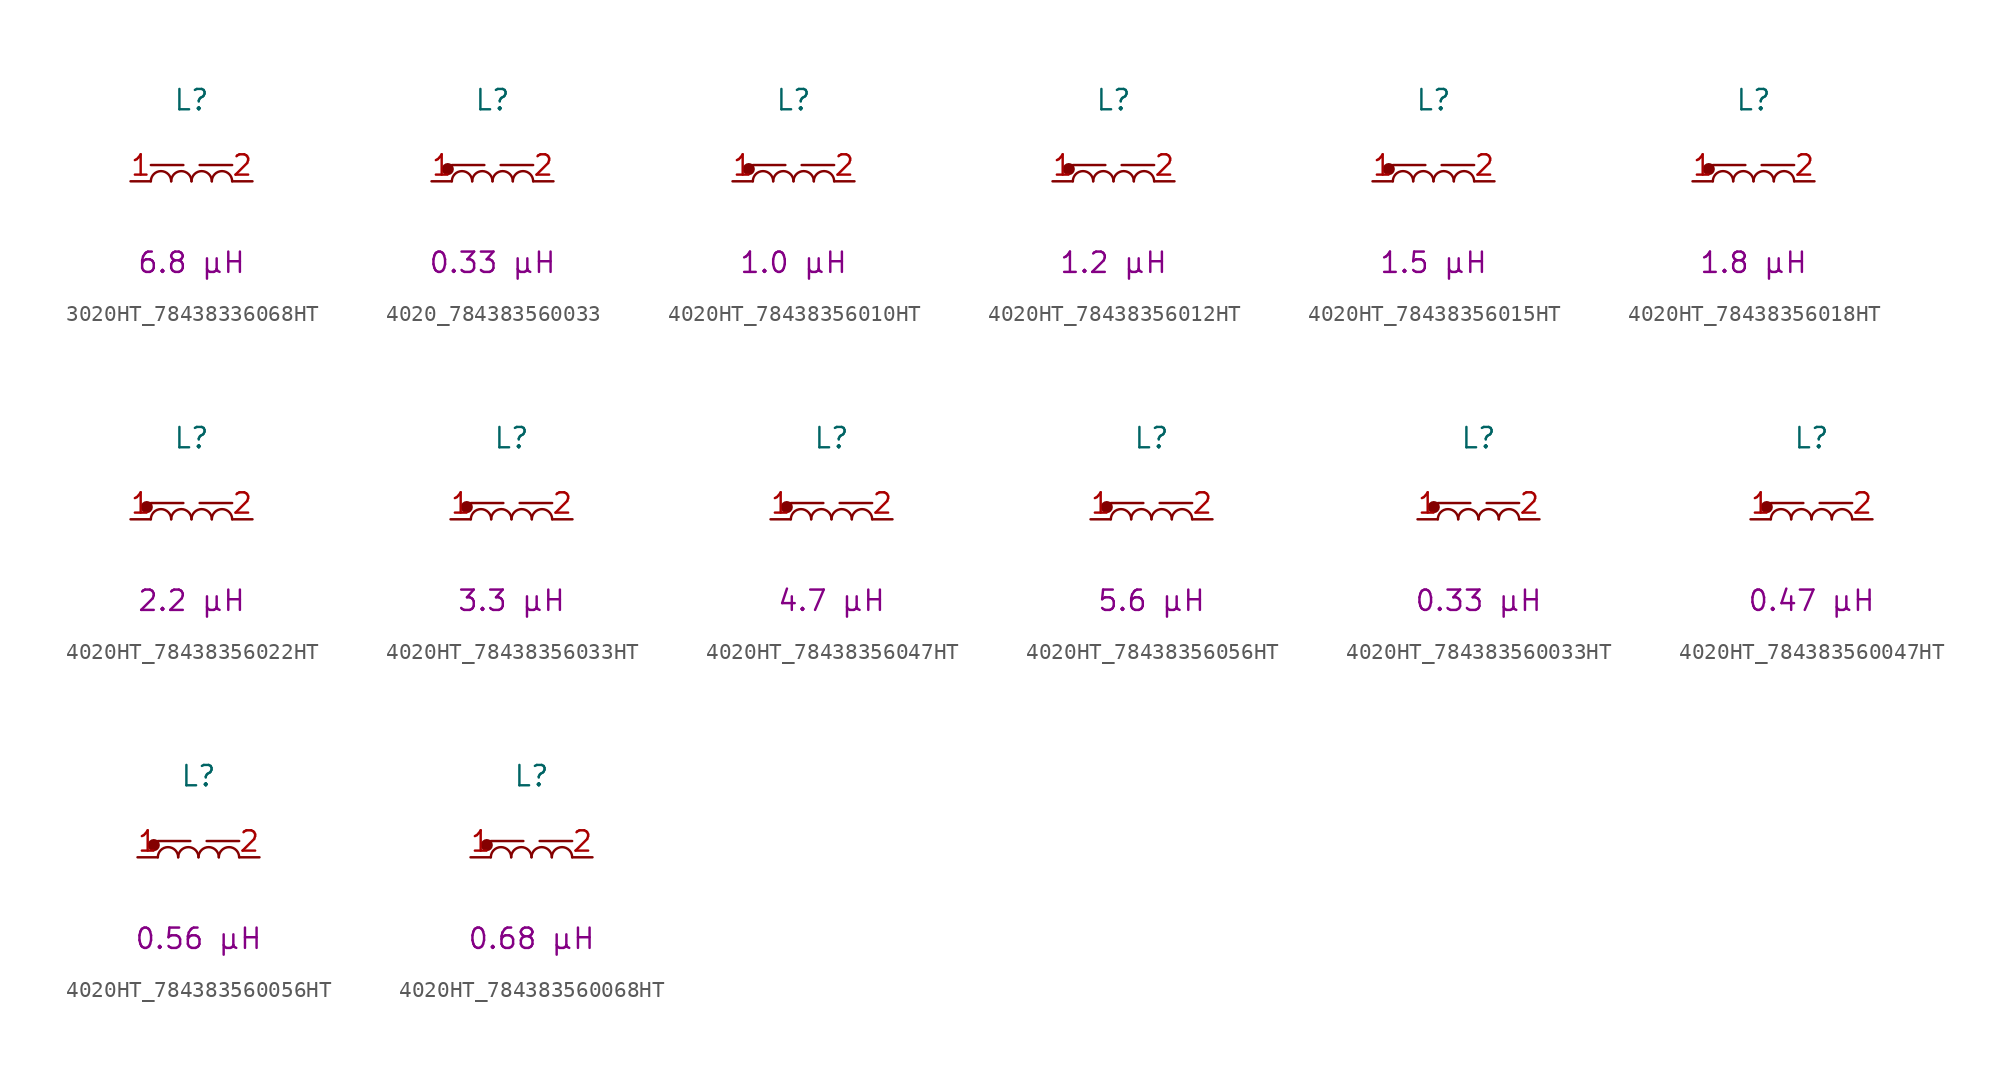
<source format=kicad_sym>
(kicad_symbol_lib
  (version 20220914)
  (generator kicad_symbol_editor)
  (symbol "3020HT_78438336068HT"
    (pin_names hide)
    (property "Reference" "L"
      (at 0 5.08 0)
      (effects (font (size 1.27 1.27))))
    (property "Critical Parameter" "6.8 µH"
      (at 0 -5.08 0)
      (effects (font (size 1.27 1.27))))
    (symbol "3020HT_78438336068HT_0_1"
      (arc (start -1.27 0) (mid -1.905 0.6323) (end -2.54 0) (stroke (width 0) (type default)) (fill (type none)))
      (arc (start 0 0) (mid -0.635 0.6323) (end -1.27 0) (stroke (width 0) (type default)) (fill (type none)))
      (polyline (pts (xy -2.54 1.016) (xy -0.508 1.016)) (stroke (width 0) (type default)) (fill (type none)))
      (arc (start 1.27 0) (mid 0.635 0.6323) (end 0 0) (stroke (width 0) (type default)) (fill (type none)))
      (arc (start 2.54 0) (mid 1.905 0.6323) (end 1.27 0) (stroke (width 0) (type default)) (fill (type none))))
    (symbol "3020HT_78438336068HT_1_1"
      (polyline (pts (xy 2.54 1.016) (xy 0.508 1.016)) (stroke (width 0) (type default)) (fill (type none)))
      (pin passive line (at -3.81 0 0) (length 1.27) (name "1" (effects (font (size 1.27 1.27)))) (number "1" (effects (font (size 1.27 1.27)))))
      (pin passive line (at 3.81 0 180) (length 1.27) (name "2" (effects (font (size 1.27 1.27)))) (number "2" (effects (font (size 1.27 1.27)))))))
  (symbol "4020_784383560033"
    (pin_names hide)
    (property "Reference" "L"
      (at 0 5.08 0)
      (effects (font (size 1.27 1.27))))
    (property "Critical Parameter" "0.33 µH"
      (at 0 -5.08 0)
      (effects (font (size 1.27 1.27))))
    (symbol "4020_784383560033_0_1"
      (arc (start -1.27 0) (mid -1.905 0.6323) (end -2.54 0) (stroke (width 0) (type default)) (fill (type none)))
      (arc (start 0 0) (mid -0.635 0.6323) (end -1.27 0) (stroke (width 0) (type default)) (fill (type none)))
      (polyline (pts (xy -2.54 1.016) (xy -0.508 1.016)) (stroke (width 0) (type default)) (fill (type none)))
      (arc (start 1.27 0) (mid 0.635 0.6323) (end 0 0) (stroke (width 0) (type default)) (fill (type none)))
      (arc (start 2.54 0) (mid 1.905 0.6323) (end 1.27 0) (stroke (width 0) (type default)) (fill (type none))))
    (symbol "4020_784383560033_1_1"
      (circle (center -2.794 0.762) (radius 0.0001) (stroke (width 0.381) (type default)) (fill (type none)))
      (polyline (pts (xy 2.54 1.016) (xy 0.508 1.016)) (stroke (width 0) (type default)) (fill (type none)))
      (pin passive line (at -3.81 0 0) (length 1.27) (name "1" (effects (font (size 1.27 1.27)))) (number "1" (effects (font (size 1.27 1.27)))))
      (pin passive line (at 3.81 0 180) (length 1.27) (name "2" (effects (font (size 1.27 1.27)))) (number "2" (effects (font (size 1.27 1.27)))))))
  (symbol "4020HT_78438356010HT"
    (pin_names hide)
    (property "Reference" "L"
      (at 0 5.08 0)
      (effects (font (size 1.27 1.27))))
    (property "Critical Parameter" "1.0 µH"
      (at 0 -5.08 0)
      (effects (font (size 1.27 1.27))))
    (symbol "4020HT_78438356010HT_0_1"
      (arc (start -1.27 0) (mid -1.905 0.6323) (end -2.54 0) (stroke (width 0) (type default)) (fill (type none)))
      (arc (start 0 0) (mid -0.635 0.6323) (end -1.27 0) (stroke (width 0) (type default)) (fill (type none)))
      (polyline (pts (xy -2.54 1.016) (xy -0.508 1.016)) (stroke (width 0) (type default)) (fill (type none)))
      (arc (start 1.27 0) (mid 0.635 0.6323) (end 0 0) (stroke (width 0) (type default)) (fill (type none)))
      (arc (start 2.54 0) (mid 1.905 0.6323) (end 1.27 0) (stroke (width 0) (type default)) (fill (type none))))
    (symbol "4020HT_78438356010HT_1_1"
      (circle (center -2.794 0.762) (radius 0.0001) (stroke (width 0.381) (type default)) (fill (type none)))
      (polyline (pts (xy 2.54 1.016) (xy 0.508 1.016)) (stroke (width 0) (type default)) (fill (type none)))
      (pin passive line (at -3.81 0 0) (length 1.27) (name "1" (effects (font (size 1.27 1.27)))) (number "1" (effects (font (size 1.27 1.27)))))
      (pin passive line (at 3.81 0 180) (length 1.27) (name "2" (effects (font (size 1.27 1.27)))) (number "2" (effects (font (size 1.27 1.27)))))))
  (symbol "4020HT_78438356012HT"
    (pin_names hide)
    (property "Reference" "L"
      (at 0 5.08 0)
      (effects (font (size 1.27 1.27))))
    (property "Critical Parameter" "1.2 µH"
      (at 0 -5.08 0)
      (effects (font (size 1.27 1.27))))
    (symbol "4020HT_78438356012HT_0_1"
      (arc (start -1.27 0) (mid -1.905 0.6323) (end -2.54 0) (stroke (width 0) (type default)) (fill (type none)))
      (arc (start 0 0) (mid -0.635 0.6323) (end -1.27 0) (stroke (width 0) (type default)) (fill (type none)))
      (polyline (pts (xy -2.54 1.016) (xy -0.508 1.016)) (stroke (width 0) (type default)) (fill (type none)))
      (arc (start 1.27 0) (mid 0.635 0.6323) (end 0 0) (stroke (width 0) (type default)) (fill (type none)))
      (arc (start 2.54 0) (mid 1.905 0.6323) (end 1.27 0) (stroke (width 0) (type default)) (fill (type none))))
    (symbol "4020HT_78438356012HT_1_1"
      (circle (center -2.794 0.762) (radius 0.0001) (stroke (width 0.381) (type default)) (fill (type none)))
      (polyline (pts (xy 2.54 1.016) (xy 0.508 1.016)) (stroke (width 0) (type default)) (fill (type none)))
      (pin passive line (at -3.81 0 0) (length 1.27) (name "1" (effects (font (size 1.27 1.27)))) (number "1" (effects (font (size 1.27 1.27)))))
      (pin passive line (at 3.81 0 180) (length 1.27) (name "2" (effects (font (size 1.27 1.27)))) (number "2" (effects (font (size 1.27 1.27)))))))
  (symbol "4020HT_78438356015HT"
    (pin_names hide)
    (property "Reference" "L"
      (at 0 5.08 0)
      (effects (font (size 1.27 1.27))))
    (property "Critical Parameter" "1.5 µH"
      (at 0 -5.08 0)
      (effects (font (size 1.27 1.27))))
    (symbol "4020HT_78438356015HT_0_1"
      (arc (start -1.27 0) (mid -1.905 0.6323) (end -2.54 0) (stroke (width 0) (type default)) (fill (type none)))
      (arc (start 0 0) (mid -0.635 0.6323) (end -1.27 0) (stroke (width 0) (type default)) (fill (type none)))
      (polyline (pts (xy -2.54 1.016) (xy -0.508 1.016)) (stroke (width 0) (type default)) (fill (type none)))
      (arc (start 1.27 0) (mid 0.635 0.6323) (end 0 0) (stroke (width 0) (type default)) (fill (type none)))
      (arc (start 2.54 0) (mid 1.905 0.6323) (end 1.27 0) (stroke (width 0) (type default)) (fill (type none))))
    (symbol "4020HT_78438356015HT_1_1"
      (circle (center -2.794 0.762) (radius 0.0001) (stroke (width 0.381) (type default)) (fill (type none)))
      (polyline (pts (xy 2.54 1.016) (xy 0.508 1.016)) (stroke (width 0) (type default)) (fill (type none)))
      (pin passive line (at -3.81 0 0) (length 1.27) (name "1" (effects (font (size 1.27 1.27)))) (number "1" (effects (font (size 1.27 1.27)))))
      (pin passive line (at 3.81 0 180) (length 1.27) (name "2" (effects (font (size 1.27 1.27)))) (number "2" (effects (font (size 1.27 1.27)))))))
  (symbol "4020HT_78438356018HT"
    (pin_names hide)
    (property "Reference" "L"
      (at 0 5.08 0)
      (effects (font (size 1.27 1.27))))
    (property "Critical Parameter" "1.8 µH"
      (at 0 -5.08 0)
      (effects (font (size 1.27 1.27))))
    (symbol "4020HT_78438356018HT_0_1"
      (arc (start -1.27 0) (mid -1.905 0.6323) (end -2.54 0) (stroke (width 0) (type default)) (fill (type none)))
      (arc (start 0 0) (mid -0.635 0.6323) (end -1.27 0) (stroke (width 0) (type default)) (fill (type none)))
      (polyline (pts (xy -2.54 1.016) (xy -0.508 1.016)) (stroke (width 0) (type default)) (fill (type none)))
      (arc (start 1.27 0) (mid 0.635 0.6323) (end 0 0) (stroke (width 0) (type default)) (fill (type none)))
      (arc (start 2.54 0) (mid 1.905 0.6323) (end 1.27 0) (stroke (width 0) (type default)) (fill (type none))))
    (symbol "4020HT_78438356018HT_1_1"
      (circle (center -2.794 0.762) (radius 0.0001) (stroke (width 0.381) (type default)) (fill (type none)))
      (polyline (pts (xy 2.54 1.016) (xy 0.508 1.016)) (stroke (width 0) (type default)) (fill (type none)))
      (pin passive line (at -3.81 0 0) (length 1.27) (name "1" (effects (font (size 1.27 1.27)))) (number "1" (effects (font (size 1.27 1.27)))))
      (pin passive line (at 3.81 0 180) (length 1.27) (name "2" (effects (font (size 1.27 1.27)))) (number "2" (effects (font (size 1.27 1.27)))))))
  (symbol "4020HT_78438356022HT"
    (pin_names hide)
    (property "Reference" "L"
      (at 0 5.08 0)
      (effects (font (size 1.27 1.27))))
    (property "Critical Parameter" "2.2 µH"
      (at 0 -5.08 0)
      (effects (font (size 1.27 1.27))))
    (symbol "4020HT_78438356022HT_0_1"
      (arc (start -1.27 0) (mid -1.905 0.6323) (end -2.54 0) (stroke (width 0) (type default)) (fill (type none)))
      (arc (start 0 0) (mid -0.635 0.6323) (end -1.27 0) (stroke (width 0) (type default)) (fill (type none)))
      (polyline (pts (xy -2.54 1.016) (xy -0.508 1.016)) (stroke (width 0) (type default)) (fill (type none)))
      (arc (start 1.27 0) (mid 0.635 0.6323) (end 0 0) (stroke (width 0) (type default)) (fill (type none)))
      (arc (start 2.54 0) (mid 1.905 0.6323) (end 1.27 0) (stroke (width 0) (type default)) (fill (type none))))
    (symbol "4020HT_78438356022HT_1_1"
      (circle (center -2.794 0.762) (radius 0.0001) (stroke (width 0.381) (type default)) (fill (type none)))
      (polyline (pts (xy 2.54 1.016) (xy 0.508 1.016)) (stroke (width 0) (type default)) (fill (type none)))
      (pin passive line (at -3.81 0 0) (length 1.27) (name "1" (effects (font (size 1.27 1.27)))) (number "1" (effects (font (size 1.27 1.27)))))
      (pin passive line (at 3.81 0 180) (length 1.27) (name "2" (effects (font (size 1.27 1.27)))) (number "2" (effects (font (size 1.27 1.27)))))))
  (symbol "4020HT_78438356033HT"
    (pin_names hide)
    (property "Reference" "L"
      (at 0 5.08 0)
      (effects (font (size 1.27 1.27))))
    (property "Critical Parameter" "3.3 µH"
      (at 0 -5.08 0)
      (effects (font (size 1.27 1.27))))
    (symbol "4020HT_78438356033HT_0_1"
      (arc (start -1.27 0) (mid -1.905 0.6323) (end -2.54 0) (stroke (width 0) (type default)) (fill (type none)))
      (arc (start 0 0) (mid -0.635 0.6323) (end -1.27 0) (stroke (width 0) (type default)) (fill (type none)))
      (polyline (pts (xy -2.54 1.016) (xy -0.508 1.016)) (stroke (width 0) (type default)) (fill (type none)))
      (arc (start 1.27 0) (mid 0.635 0.6323) (end 0 0) (stroke (width 0) (type default)) (fill (type none)))
      (arc (start 2.54 0) (mid 1.905 0.6323) (end 1.27 0) (stroke (width 0) (type default)) (fill (type none))))
    (symbol "4020HT_78438356033HT_1_1"
      (circle (center -2.794 0.762) (radius 0.0001) (stroke (width 0.381) (type default)) (fill (type none)))
      (polyline (pts (xy 2.54 1.016) (xy 0.508 1.016)) (stroke (width 0) (type default)) (fill (type none)))
      (pin passive line (at -3.81 0 0) (length 1.27) (name "1" (effects (font (size 1.27 1.27)))) (number "1" (effects (font (size 1.27 1.27)))))
      (pin passive line (at 3.81 0 180) (length 1.27) (name "2" (effects (font (size 1.27 1.27)))) (number "2" (effects (font (size 1.27 1.27)))))))
  (symbol "4020HT_78438356047HT"
    (pin_names hide)
    (property "Reference" "L"
      (at 0 5.08 0)
      (effects (font (size 1.27 1.27))))
    (property "Critical Parameter" "4.7 µH"
      (at 0 -5.08 0)
      (effects (font (size 1.27 1.27))))
    (symbol "4020HT_78438356047HT_0_1"
      (arc (start -1.27 0) (mid -1.905 0.6323) (end -2.54 0) (stroke (width 0) (type default)) (fill (type none)))
      (arc (start 0 0) (mid -0.635 0.6323) (end -1.27 0) (stroke (width 0) (type default)) (fill (type none)))
      (polyline (pts (xy -2.54 1.016) (xy -0.508 1.016)) (stroke (width 0) (type default)) (fill (type none)))
      (arc (start 1.27 0) (mid 0.635 0.6323) (end 0 0) (stroke (width 0) (type default)) (fill (type none)))
      (arc (start 2.54 0) (mid 1.905 0.6323) (end 1.27 0) (stroke (width 0) (type default)) (fill (type none))))
    (symbol "4020HT_78438356047HT_1_1"
      (circle (center -2.794 0.762) (radius 0.0001) (stroke (width 0.381) (type default)) (fill (type none)))
      (polyline (pts (xy 2.54 1.016) (xy 0.508 1.016)) (stroke (width 0) (type default)) (fill (type none)))
      (pin passive line (at -3.81 0 0) (length 1.27) (name "1" (effects (font (size 1.27 1.27)))) (number "1" (effects (font (size 1.27 1.27)))))
      (pin passive line (at 3.81 0 180) (length 1.27) (name "2" (effects (font (size 1.27 1.27)))) (number "2" (effects (font (size 1.27 1.27)))))))
  (symbol "4020HT_78438356056HT"
    (pin_names hide)
    (property "Reference" "L"
      (at 0 5.08 0)
      (effects (font (size 1.27 1.27))))
    (property "Critical Parameter" "5.6 µH"
      (at 0 -5.08 0)
      (effects (font (size 1.27 1.27))))
    (symbol "4020HT_78438356056HT_0_1"
      (arc (start -1.27 0) (mid -1.905 0.6323) (end -2.54 0) (stroke (width 0) (type default)) (fill (type none)))
      (arc (start 0 0) (mid -0.635 0.6323) (end -1.27 0) (stroke (width 0) (type default)) (fill (type none)))
      (polyline (pts (xy -2.54 1.016) (xy -0.508 1.016)) (stroke (width 0) (type default)) (fill (type none)))
      (arc (start 1.27 0) (mid 0.635 0.6323) (end 0 0) (stroke (width 0) (type default)) (fill (type none)))
      (arc (start 2.54 0) (mid 1.905 0.6323) (end 1.27 0) (stroke (width 0) (type default)) (fill (type none))))
    (symbol "4020HT_78438356056HT_1_1"
      (circle (center -2.794 0.762) (radius 0.0001) (stroke (width 0.381) (type default)) (fill (type none)))
      (polyline (pts (xy 2.54 1.016) (xy 0.508 1.016)) (stroke (width 0) (type default)) (fill (type none)))
      (pin passive line (at -3.81 0 0) (length 1.27) (name "1" (effects (font (size 1.27 1.27)))) (number "1" (effects (font (size 1.27 1.27)))))
      (pin passive line (at 3.81 0 180) (length 1.27) (name "2" (effects (font (size 1.27 1.27)))) (number "2" (effects (font (size 1.27 1.27)))))))
  (symbol "4020HT_784383560033HT"
    (pin_names hide)
    (property "Reference" "L"
      (at 0 5.08 0)
      (effects (font (size 1.27 1.27))))
    (property "Critical Parameter" "0.33 µH"
      (at 0 -5.08 0)
      (effects (font (size 1.27 1.27))))
    (symbol "4020HT_784383560033HT_0_1"
      (arc (start -1.27 0) (mid -1.905 0.6323) (end -2.54 0) (stroke (width 0) (type default)) (fill (type none)))
      (arc (start 0 0) (mid -0.635 0.6323) (end -1.27 0) (stroke (width 0) (type default)) (fill (type none)))
      (polyline (pts (xy -2.54 1.016) (xy -0.508 1.016)) (stroke (width 0) (type default)) (fill (type none)))
      (arc (start 1.27 0) (mid 0.635 0.6323) (end 0 0) (stroke (width 0) (type default)) (fill (type none)))
      (arc (start 2.54 0) (mid 1.905 0.6323) (end 1.27 0) (stroke (width 0) (type default)) (fill (type none))))
    (symbol "4020HT_784383560033HT_1_1"
      (circle (center -2.794 0.762) (radius 0.0001) (stroke (width 0.381) (type default)) (fill (type none)))
      (polyline (pts (xy 2.54 1.016) (xy 0.508 1.016)) (stroke (width 0) (type default)) (fill (type none)))
      (pin passive line (at -3.81 0 0) (length 1.27) (name "1" (effects (font (size 1.27 1.27)))) (number "1" (effects (font (size 1.27 1.27)))))
      (pin passive line (at 3.81 0 180) (length 1.27) (name "2" (effects (font (size 1.27 1.27)))) (number "2" (effects (font (size 1.27 1.27)))))))
  (symbol "4020HT_784383560047HT"
    (pin_names hide)
    (property "Reference" "L"
      (at 0 5.08 0)
      (effects (font (size 1.27 1.27))))
    (property "Critical Parameter" "0.47 µH"
      (at 0 -5.08 0)
      (effects (font (size 1.27 1.27))))
    (symbol "4020HT_784383560047HT_0_1"
      (arc (start -1.27 0) (mid -1.905 0.6323) (end -2.54 0) (stroke (width 0) (type default)) (fill (type none)))
      (arc (start 0 0) (mid -0.635 0.6323) (end -1.27 0) (stroke (width 0) (type default)) (fill (type none)))
      (polyline (pts (xy -2.54 1.016) (xy -0.508 1.016)) (stroke (width 0) (type default)) (fill (type none)))
      (arc (start 1.27 0) (mid 0.635 0.6323) (end 0 0) (stroke (width 0) (type default)) (fill (type none)))
      (arc (start 2.54 0) (mid 1.905 0.6323) (end 1.27 0) (stroke (width 0) (type default)) (fill (type none))))
    (symbol "4020HT_784383560047HT_1_1"
      (circle (center -2.794 0.762) (radius 0.0001) (stroke (width 0.381) (type default)) (fill (type none)))
      (polyline (pts (xy 2.54 1.016) (xy 0.508 1.016)) (stroke (width 0) (type default)) (fill (type none)))
      (pin passive line (at -3.81 0 0) (length 1.27) (name "1" (effects (font (size 1.27 1.27)))) (number "1" (effects (font (size 1.27 1.27)))))
      (pin passive line (at 3.81 0 180) (length 1.27) (name "2" (effects (font (size 1.27 1.27)))) (number "2" (effects (font (size 1.27 1.27)))))))
  (symbol "4020HT_784383560056HT"
    (pin_names hide)
    (property "Reference" "L"
      (at 0 5.08 0)
      (effects (font (size 1.27 1.27))))
    (property "Critical Parameter" "0.56 µH"
      (at 0 -5.08 0)
      (effects (font (size 1.27 1.27))))
    (symbol "4020HT_784383560056HT_0_1"
      (arc (start -1.27 0) (mid -1.905 0.6323) (end -2.54 0) (stroke (width 0) (type default)) (fill (type none)))
      (arc (start 0 0) (mid -0.635 0.6323) (end -1.27 0) (stroke (width 0) (type default)) (fill (type none)))
      (polyline (pts (xy -2.54 1.016) (xy -0.508 1.016)) (stroke (width 0) (type default)) (fill (type none)))
      (arc (start 1.27 0) (mid 0.635 0.6323) (end 0 0) (stroke (width 0) (type default)) (fill (type none)))
      (arc (start 2.54 0) (mid 1.905 0.6323) (end 1.27 0) (stroke (width 0) (type default)) (fill (type none))))
    (symbol "4020HT_784383560056HT_1_1"
      (circle (center -2.794 0.762) (radius 0.0001) (stroke (width 0.381) (type default)) (fill (type none)))
      (polyline (pts (xy 2.54 1.016) (xy 0.508 1.016)) (stroke (width 0) (type default)) (fill (type none)))
      (pin passive line (at -3.81 0 0) (length 1.27) (name "1" (effects (font (size 1.27 1.27)))) (number "1" (effects (font (size 1.27 1.27)))))
      (pin passive line (at 3.81 0 180) (length 1.27) (name "2" (effects (font (size 1.27 1.27)))) (number "2" (effects (font (size 1.27 1.27)))))))
  (symbol "4020HT_784383560068HT"
    (pin_names hide)
    (property "Reference" "L"
      (at 0 5.08 0)
      (effects (font (size 1.27 1.27))))
    (property "Critical Parameter" "0.68 µH"
      (at 0 -5.08 0)
      (effects (font (size 1.27 1.27))))
    (symbol "4020HT_784383560068HT_0_1"
      (arc (start -1.27 0) (mid -1.905 0.6323) (end -2.54 0) (stroke (width 0) (type default)) (fill (type none)))
      (arc (start 0 0) (mid -0.635 0.6323) (end -1.27 0) (stroke (width 0) (type default)) (fill (type none)))
      (polyline (pts (xy -2.54 1.016) (xy -0.508 1.016)) (stroke (width 0) (type default)) (fill (type none)))
      (arc (start 1.27 0) (mid 0.635 0.6323) (end 0 0) (stroke (width 0) (type default)) (fill (type none)))
      (arc (start 2.54 0) (mid 1.905 0.6323) (end 1.27 0) (stroke (width 0) (type default)) (fill (type none))))
    (symbol "4020HT_784383560068HT_1_1"
      (circle (center -2.794 0.762) (radius 0.0001) (stroke (width 0.381) (type default)) (fill (type none)))
      (polyline (pts (xy 2.54 1.016) (xy 0.508 1.016)) (stroke (width 0) (type default)) (fill (type none)))
      (pin passive line (at -3.81 0 0) (length 1.27) (name "1" (effects (font (size 1.27 1.27)))) (number "1" (effects (font (size 1.27 1.27)))))
      (pin passive line (at 3.81 0 180) (length 1.27) (name "2" (effects (font (size 1.27 1.27)))) (number "2" (effects (font (size 1.27 1.27))))))))
</source>
